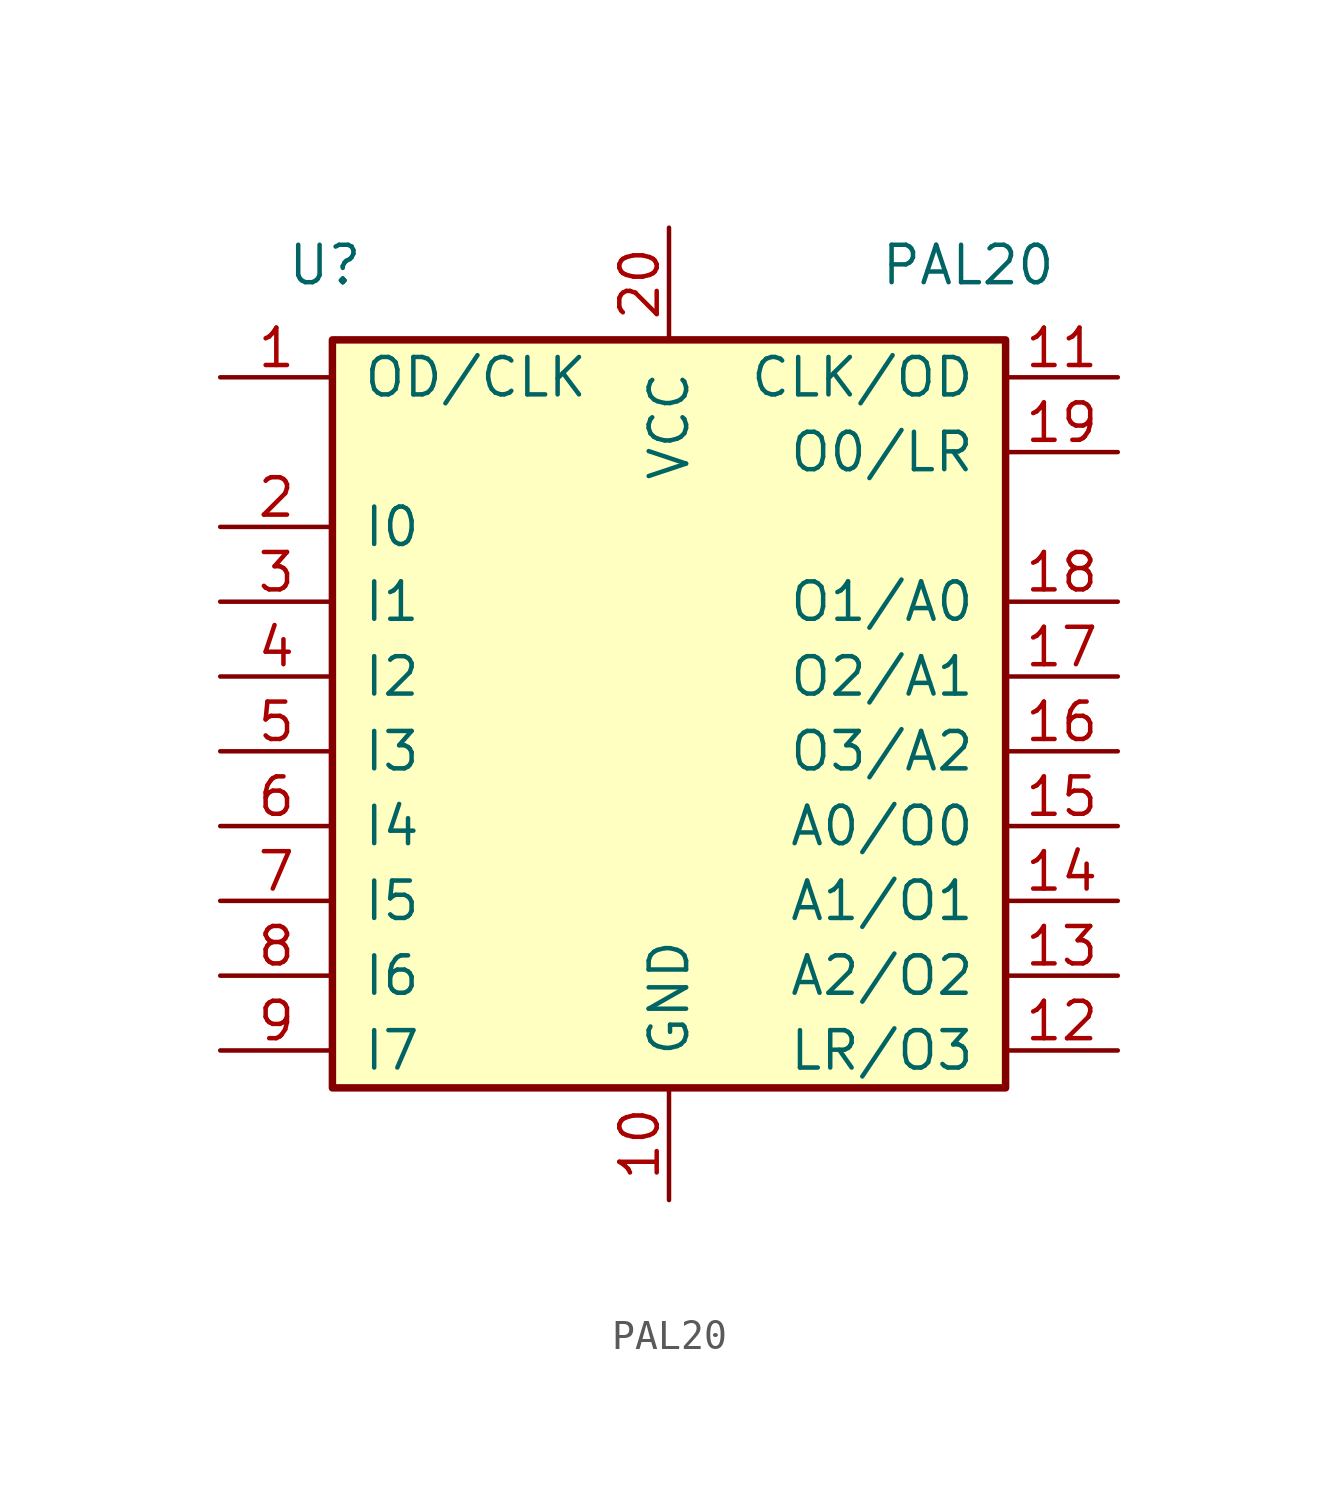
<source format=kicad_sym>
(kicad_symbol_lib
  (version 20220914)
  (generator kicad_symbol_editor)
  (symbol "PAL20"
    (pin_names
      (offset 1.016))
    (property "Reference" "U"
      (at -11.684 16.51 0)
      (effects (font (size 1.27 1.27))))
    (property "Value" "PAL20"
      (at 10.16 16.51 0)
      (effects (font (size 1.27 1.27))))
    (symbol "PAL20_0_1"
      (rectangle (start -11.43 -11.43) (end 11.43 13.97) (stroke (width 0.254) (type default)) (fill (type background))))
    (symbol "PAL20_1_1"
      (pin passive line (at -15.24 12.7 0) (length 3.81) (name "OD/CLK" (effects (font (size 1.27 1.27)))) (number "1" (effects (font (size 1.27 1.27)))))
      (pin passive line (at 0 -15.24 90) (length 3.81) (name "GND" (effects (font (size 1.27 1.27)))) (number "10" (effects (font (size 1.27 1.27)))))
      (pin passive line (at 15.24 12.7 180) (length 3.81) (name "CLK/OD" (effects (font (size 1.27 1.27)))) (number "11" (effects (font (size 1.27 1.27)))))
      (pin passive line (at 15.24 -10.16 180) (length 3.81) (name "LR/O3" (effects (font (size 1.27 1.27)))) (number "12" (effects (font (size 1.27 1.27)))))
      (pin passive line (at 15.24 -7.62 180) (length 3.81) (name "A2/O2" (effects (font (size 1.27 1.27)))) (number "13" (effects (font (size 1.27 1.27)))))
      (pin passive line (at 15.24 -5.08 180) (length 3.81) (name "A1/O1" (effects (font (size 1.27 1.27)))) (number "14" (effects (font (size 1.27 1.27)))))
      (pin passive line (at 15.24 -2.54 180) (length 3.81) (name "A0/O0" (effects (font (size 1.27 1.27)))) (number "15" (effects (font (size 1.27 1.27)))))
      (pin passive line (at 15.24 0 180) (length 3.81) (name "O3/A2" (effects (font (size 1.27 1.27)))) (number "16" (effects (font (size 1.27 1.27)))))
      (pin passive line (at 15.24 2.54 180) (length 3.81) (name "O2/A1" (effects (font (size 1.27 1.27)))) (number "17" (effects (font (size 1.27 1.27)))))
      (pin passive line (at 15.24 5.08 180) (length 3.81) (name "O1/A0" (effects (font (size 1.27 1.27)))) (number "18" (effects (font (size 1.27 1.27)))))
      (pin passive line (at 15.24 10.16 180) (length 3.81) (name "O0/LR" (effects (font (size 1.27 1.27)))) (number "19" (effects (font (size 1.27 1.27)))))
      (pin passive line (at -15.24 7.62 0) (length 3.81) (name "I0" (effects (font (size 1.27 1.27)))) (number "2" (effects (font (size 1.27 1.27)))))
      (pin passive line (at 0 17.78 270) (length 3.81) (name "VCC" (effects (font (size 1.27 1.27)))) (number "20" (effects (font (size 1.27 1.27)))))
      (pin passive line (at -15.24 5.08 0) (length 3.81) (name "I1" (effects (font (size 1.27 1.27)))) (number "3" (effects (font (size 1.27 1.27)))))
      (pin passive line (at -15.24 2.54 0) (length 3.81) (name "I2" (effects (font (size 1.27 1.27)))) (number "4" (effects (font (size 1.27 1.27)))))
      (pin passive line (at -15.24 0 0) (length 3.81) (name "I3" (effects (font (size 1.27 1.27)))) (number "5" (effects (font (size 1.27 1.27)))))
      (pin passive line (at -15.24 -2.54 0) (length 3.81) (name "I4" (effects (font (size 1.27 1.27)))) (number "6" (effects (font (size 1.27 1.27)))))
      (pin passive line (at -15.24 -5.08 0) (length 3.81) (name "I5" (effects (font (size 1.27 1.27)))) (number "7" (effects (font (size 1.27 1.27)))))
      (pin passive line (at -15.24 -7.62 0) (length 3.81) (name "I6" (effects (font (size 1.27 1.27)))) (number "8" (effects (font (size 1.27 1.27)))))
      (pin passive line (at -15.24 -10.16 0) (length 3.81) (name "I7" (effects (font (size 1.27 1.27)))) (number "9" (effects (font (size 1.27 1.27))))))))
</source>
